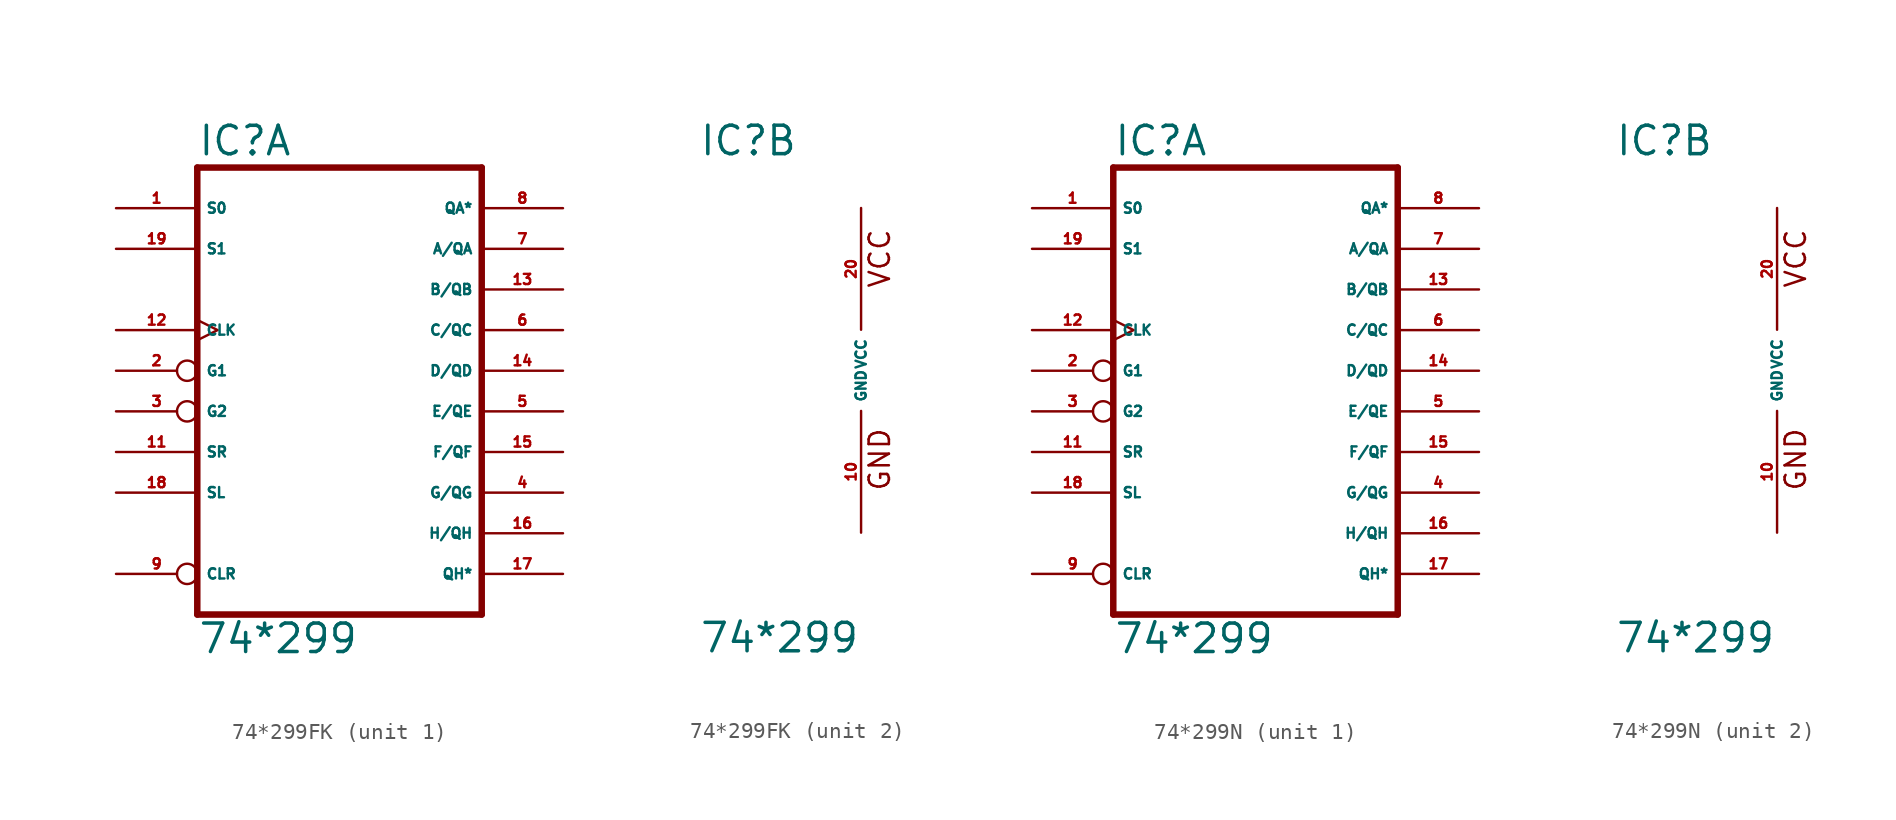
<source format=kicad_sym>
(kicad_symbol_lib
  (version 20220914)
  (generator Eagle2Kicad)
  (symbol "74*299FK"
    (property "Reference" "IC"
      (at -10.16 13.335 0)
      (effects (font (size 1.778 1.778) (thickness 0.22)) (justify left bottom)))
    (property "Value" "74*299"
      (at -10.16 -17.78 0)
      (effects (font (size 1.778 1.778) (thickness 0.22)) (justify left bottom)))
    (symbol "74*299FK_1_0"
      (polyline (pts (xy -10.16 -15.24) (xy 7.62 -15.24)) (stroke (width 0.406) (type default)) (fill (type none)))
      (polyline (pts (xy 7.62 -15.24) (xy 7.62 12.7)) (stroke (width 0.406) (type default)) (fill (type none)))
      (polyline (pts (xy 7.62 12.7) (xy -10.16 12.7)) (stroke (width 0.406) (type default)) (fill (type none)))
      (polyline (pts (xy -10.16 12.7) (xy -10.16 -15.24)) (stroke (width 0.406) (type default)) (fill (type none)))
      (pin input line (at -15.24 10.16 0) (length 5.08) (name "S0" (effects (font (size 0.635 0.635) (thickness 0.08)) (justify left bottom))) (number "1" (effects (font (size 0.635 0.635) (thickness 0.08)) (justify left bottom))))
      (pin input inverted (at -15.24 0 0) (length 5.08) (name "G1" (effects (font (size 0.635 0.635) (thickness 0.08)) (justify left bottom))) (number "2" (effects (font (size 0.635 0.635) (thickness 0.08)) (justify left bottom))))
      (pin input inverted (at -15.24 -2.54 0) (length 5.08) (name "G2" (effects (font (size 0.635 0.635) (thickness 0.08)) (justify left bottom))) (number "3" (effects (font (size 0.635 0.635) (thickness 0.08)) (justify left bottom))))
      (pin bidirectional line (at 12.7 -7.62 180) (length 5.08) (name "G/QG" (effects (font (size 0.635 0.635) (thickness 0.08)) (justify left bottom))) (number "4" (effects (font (size 0.635 0.635) (thickness 0.08)) (justify left bottom))))
      (pin bidirectional line (at 12.7 -2.54 180) (length 5.08) (name "E/QE" (effects (font (size 0.635 0.635) (thickness 0.08)) (justify left bottom))) (number "5" (effects (font (size 0.635 0.635) (thickness 0.08)) (justify left bottom))))
      (pin bidirectional line (at 12.7 2.54 180) (length 5.08) (name "C/QC" (effects (font (size 0.635 0.635) (thickness 0.08)) (justify left bottom))) (number "6" (effects (font (size 0.635 0.635) (thickness 0.08)) (justify left bottom))))
      (pin bidirectional line (at 12.7 7.62 180) (length 5.08) (name "A/QA" (effects (font (size 0.635 0.635) (thickness 0.08)) (justify left bottom))) (number "7" (effects (font (size 0.635 0.635) (thickness 0.08)) (justify left bottom))))
      (pin output line (at 12.7 10.16 180) (length 5.08) (name "QA*" (effects (font (size 0.635 0.635) (thickness 0.08)) (justify left bottom))) (number "8" (effects (font (size 0.635 0.635) (thickness 0.08)) (justify left bottom))))
      (pin input inverted (at -15.24 -12.7 0) (length 5.08) (name "CLR" (effects (font (size 0.635 0.635) (thickness 0.08)) (justify left bottom))) (number "9" (effects (font (size 0.635 0.635) (thickness 0.08)) (justify left bottom))))
      (pin input line (at -15.24 -5.08 0) (length 5.08) (name "SR" (effects (font (size 0.635 0.635) (thickness 0.08)) (justify left bottom))) (number "11" (effects (font (size 0.635 0.635) (thickness 0.08)) (justify left bottom))))
      (pin input clock (at -15.24 2.54 0) (length 5.08) (name "CLK" (effects (font (size 0.635 0.635) (thickness 0.08)) (justify left bottom))) (number "12" (effects (font (size 0.635 0.635) (thickness 0.08)) (justify left bottom))))
      (pin bidirectional line (at 12.7 5.08 180) (length 5.08) (name "B/QB" (effects (font (size 0.635 0.635) (thickness 0.08)) (justify left bottom))) (number "13" (effects (font (size 0.635 0.635) (thickness 0.08)) (justify left bottom))))
      (pin bidirectional line (at 12.7 0 180) (length 5.08) (name "D/QD" (effects (font (size 0.635 0.635) (thickness 0.08)) (justify left bottom))) (number "14" (effects (font (size 0.635 0.635) (thickness 0.08)) (justify left bottom))))
      (pin bidirectional line (at 12.7 -5.08 180) (length 5.08) (name "F/QF" (effects (font (size 0.635 0.635) (thickness 0.08)) (justify left bottom))) (number "15" (effects (font (size 0.635 0.635) (thickness 0.08)) (justify left bottom))))
      (pin bidirectional line (at 12.7 -10.16 180) (length 5.08) (name "H/QH" (effects (font (size 0.635 0.635) (thickness 0.08)) (justify left bottom))) (number "16" (effects (font (size 0.635 0.635) (thickness 0.08)) (justify left bottom))))
      (pin output line (at 12.7 -12.7 180) (length 5.08) (name "QH*" (effects (font (size 0.635 0.635) (thickness 0.08)) (justify left bottom))) (number "17" (effects (font (size 0.635 0.635) (thickness 0.08)) (justify left bottom))))
      (pin input line (at -15.24 -7.62 0) (length 5.08) (name "SL" (effects (font (size 0.635 0.635) (thickness 0.08)) (justify left bottom))) (number "18" (effects (font (size 0.635 0.635) (thickness 0.08)) (justify left bottom))))
      (pin input line (at -15.24 7.62 0) (length 5.08) (name "S1" (effects (font (size 0.635 0.635) (thickness 0.08)) (justify left bottom))) (number "19" (effects (font (size 0.635 0.635) (thickness 0.08)) (justify left bottom)))))
    (symbol "74*299FK_2_0"
      (text "GND" (at 1.905 -7.62 900) (effects (font (size 1.27 1.27) (thickness 0.16)) (justify left bottom)))
      (text "VCC" (at 1.905 5.08 900) (effects (font (size 1.27 1.27) (thickness 0.16)) (justify left bottom)))
      (pin unspecified line (at 0 -10.16 90) (length 7.62) (name "GND" (effects (font (size 0.635 0.635) (thickness 0.08)) (justify left bottom))) (number "10" (effects (font (size 0.635 0.635) (thickness 0.08)) (justify left bottom))))
      (pin unspecified line (at 0 10.16 270) (length 7.62) (name "VCC" (effects (font (size 0.635 0.635) (thickness 0.08)) (justify left bottom))) (number "20" (effects (font (size 0.635 0.635) (thickness 0.08)) (justify left bottom))))))
  (symbol "74*299N"
    (property "Reference" "IC"
      (at -10.16 13.335 0)
      (effects (font (size 1.778 1.778) (thickness 0.22)) (justify left bottom)))
    (property "Value" "74*299"
      (at -10.16 -17.78 0)
      (effects (font (size 1.778 1.778) (thickness 0.22)) (justify left bottom)))
    (symbol "74*299N_1_0"
      (polyline (pts (xy -10.16 -15.24) (xy 7.62 -15.24)) (stroke (width 0.406) (type default)) (fill (type none)))
      (polyline (pts (xy 7.62 -15.24) (xy 7.62 12.7)) (stroke (width 0.406) (type default)) (fill (type none)))
      (polyline (pts (xy 7.62 12.7) (xy -10.16 12.7)) (stroke (width 0.406) (type default)) (fill (type none)))
      (polyline (pts (xy -10.16 12.7) (xy -10.16 -15.24)) (stroke (width 0.406) (type default)) (fill (type none)))
      (pin input line (at -15.24 10.16 0) (length 5.08) (name "S0" (effects (font (size 0.635 0.635) (thickness 0.08)) (justify left bottom))) (number "1" (effects (font (size 0.635 0.635) (thickness 0.08)) (justify left bottom))))
      (pin input inverted (at -15.24 0 0) (length 5.08) (name "G1" (effects (font (size 0.635 0.635) (thickness 0.08)) (justify left bottom))) (number "2" (effects (font (size 0.635 0.635) (thickness 0.08)) (justify left bottom))))
      (pin input inverted (at -15.24 -2.54 0) (length 5.08) (name "G2" (effects (font (size 0.635 0.635) (thickness 0.08)) (justify left bottom))) (number "3" (effects (font (size 0.635 0.635) (thickness 0.08)) (justify left bottom))))
      (pin bidirectional line (at 12.7 -7.62 180) (length 5.08) (name "G/QG" (effects (font (size 0.635 0.635) (thickness 0.08)) (justify left bottom))) (number "4" (effects (font (size 0.635 0.635) (thickness 0.08)) (justify left bottom))))
      (pin bidirectional line (at 12.7 -2.54 180) (length 5.08) (name "E/QE" (effects (font (size 0.635 0.635) (thickness 0.08)) (justify left bottom))) (number "5" (effects (font (size 0.635 0.635) (thickness 0.08)) (justify left bottom))))
      (pin bidirectional line (at 12.7 2.54 180) (length 5.08) (name "C/QC" (effects (font (size 0.635 0.635) (thickness 0.08)) (justify left bottom))) (number "6" (effects (font (size 0.635 0.635) (thickness 0.08)) (justify left bottom))))
      (pin bidirectional line (at 12.7 7.62 180) (length 5.08) (name "A/QA" (effects (font (size 0.635 0.635) (thickness 0.08)) (justify left bottom))) (number "7" (effects (font (size 0.635 0.635) (thickness 0.08)) (justify left bottom))))
      (pin output line (at 12.7 10.16 180) (length 5.08) (name "QA*" (effects (font (size 0.635 0.635) (thickness 0.08)) (justify left bottom))) (number "8" (effects (font (size 0.635 0.635) (thickness 0.08)) (justify left bottom))))
      (pin input inverted (at -15.24 -12.7 0) (length 5.08) (name "CLR" (effects (font (size 0.635 0.635) (thickness 0.08)) (justify left bottom))) (number "9" (effects (font (size 0.635 0.635) (thickness 0.08)) (justify left bottom))))
      (pin input line (at -15.24 -5.08 0) (length 5.08) (name "SR" (effects (font (size 0.635 0.635) (thickness 0.08)) (justify left bottom))) (number "11" (effects (font (size 0.635 0.635) (thickness 0.08)) (justify left bottom))))
      (pin input clock (at -15.24 2.54 0) (length 5.08) (name "CLK" (effects (font (size 0.635 0.635) (thickness 0.08)) (justify left bottom))) (number "12" (effects (font (size 0.635 0.635) (thickness 0.08)) (justify left bottom))))
      (pin bidirectional line (at 12.7 5.08 180) (length 5.08) (name "B/QB" (effects (font (size 0.635 0.635) (thickness 0.08)) (justify left bottom))) (number "13" (effects (font (size 0.635 0.635) (thickness 0.08)) (justify left bottom))))
      (pin bidirectional line (at 12.7 0 180) (length 5.08) (name "D/QD" (effects (font (size 0.635 0.635) (thickness 0.08)) (justify left bottom))) (number "14" (effects (font (size 0.635 0.635) (thickness 0.08)) (justify left bottom))))
      (pin bidirectional line (at 12.7 -5.08 180) (length 5.08) (name "F/QF" (effects (font (size 0.635 0.635) (thickness 0.08)) (justify left bottom))) (number "15" (effects (font (size 0.635 0.635) (thickness 0.08)) (justify left bottom))))
      (pin bidirectional line (at 12.7 -10.16 180) (length 5.08) (name "H/QH" (effects (font (size 0.635 0.635) (thickness 0.08)) (justify left bottom))) (number "16" (effects (font (size 0.635 0.635) (thickness 0.08)) (justify left bottom))))
      (pin output line (at 12.7 -12.7 180) (length 5.08) (name "QH*" (effects (font (size 0.635 0.635) (thickness 0.08)) (justify left bottom))) (number "17" (effects (font (size 0.635 0.635) (thickness 0.08)) (justify left bottom))))
      (pin input line (at -15.24 -7.62 0) (length 5.08) (name "SL" (effects (font (size 0.635 0.635) (thickness 0.08)) (justify left bottom))) (number "18" (effects (font (size 0.635 0.635) (thickness 0.08)) (justify left bottom))))
      (pin input line (at -15.24 7.62 0) (length 5.08) (name "S1" (effects (font (size 0.635 0.635) (thickness 0.08)) (justify left bottom))) (number "19" (effects (font (size 0.635 0.635) (thickness 0.08)) (justify left bottom)))))
    (symbol "74*299N_2_0"
      (text "GND" (at 1.905 -7.62 900) (effects (font (size 1.27 1.27) (thickness 0.16)) (justify left bottom)))
      (text "VCC" (at 1.905 5.08 900) (effects (font (size 1.27 1.27) (thickness 0.16)) (justify left bottom)))
      (pin unspecified line (at 0 -10.16 90) (length 7.62) (name "GND" (effects (font (size 0.635 0.635) (thickness 0.08)) (justify left bottom))) (number "10" (effects (font (size 0.635 0.635) (thickness 0.08)) (justify left bottom))))
      (pin unspecified line (at 0 10.16 270) (length 7.62) (name "VCC" (effects (font (size 0.635 0.635) (thickness 0.08)) (justify left bottom))) (number "20" (effects (font (size 0.635 0.635) (thickness 0.08)) (justify left bottom)))))))
</source>
